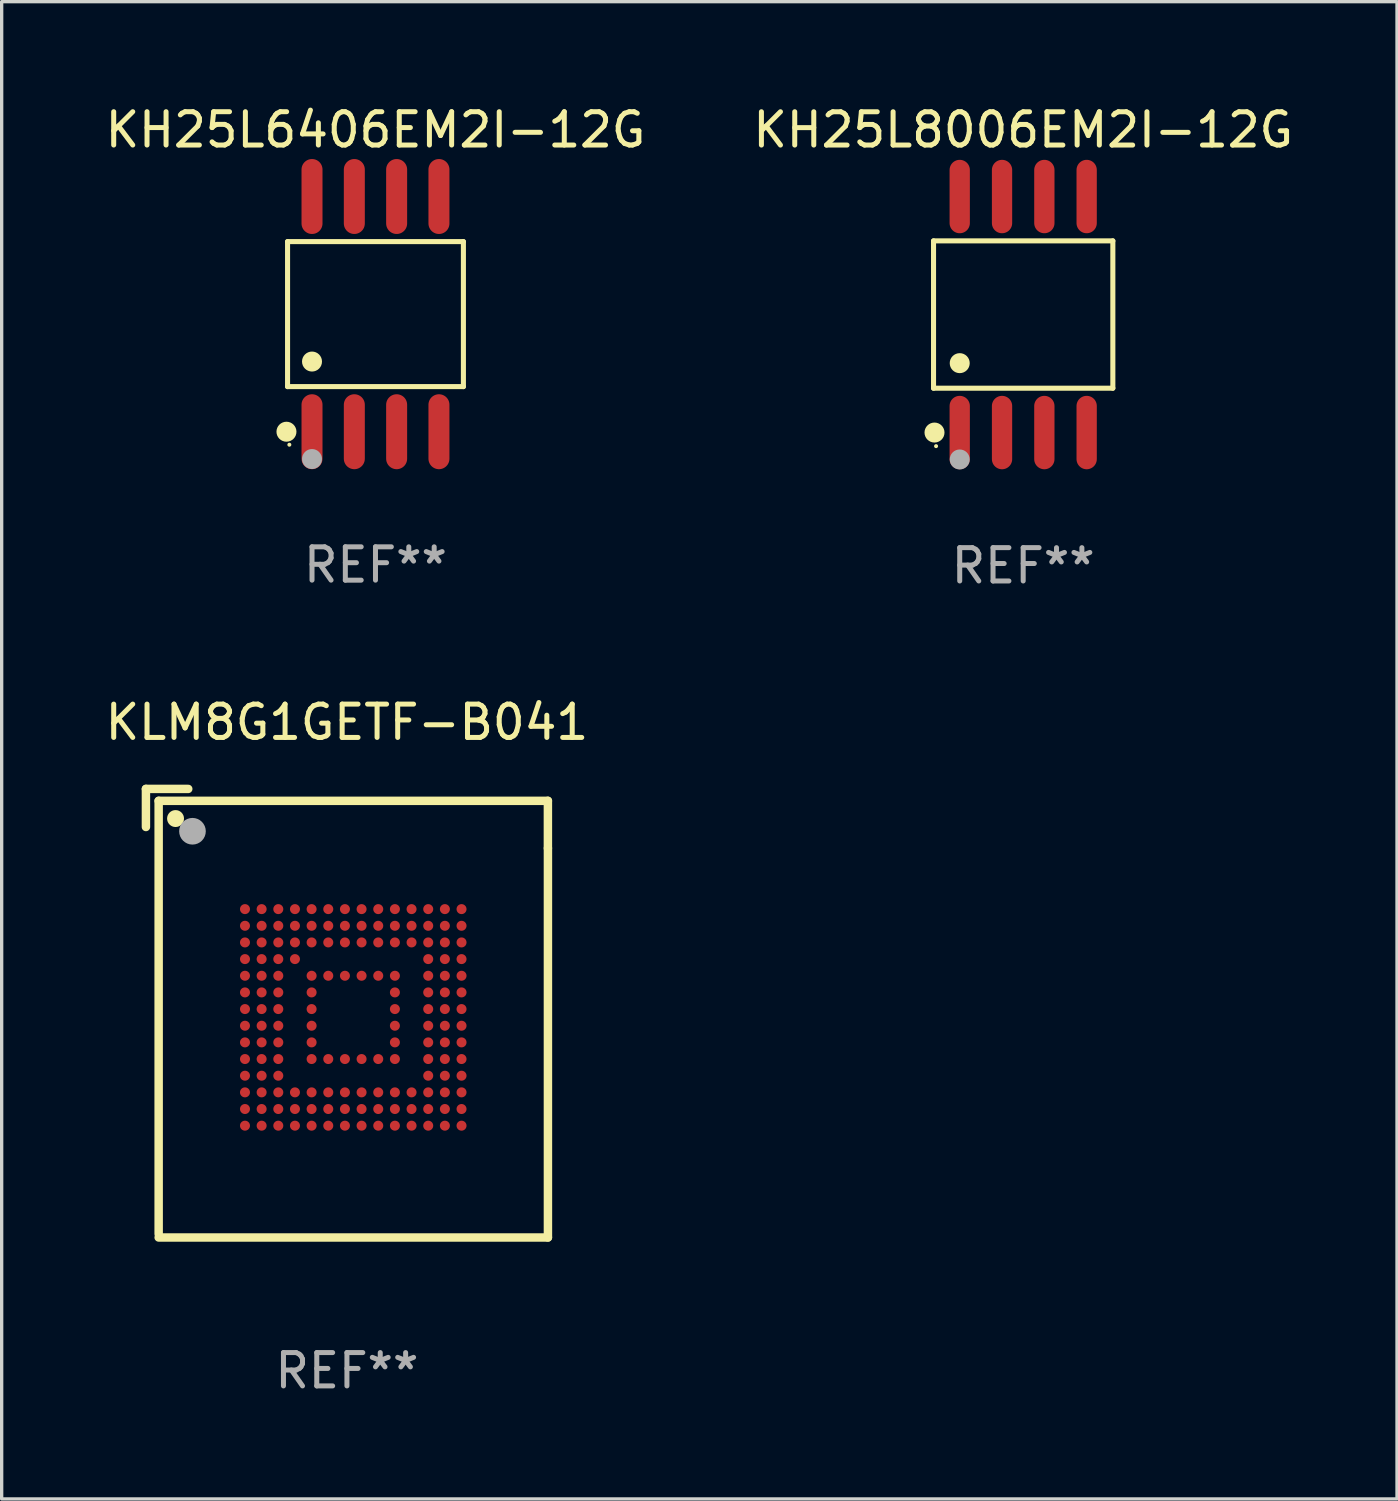
<source format=kicad_pcb>
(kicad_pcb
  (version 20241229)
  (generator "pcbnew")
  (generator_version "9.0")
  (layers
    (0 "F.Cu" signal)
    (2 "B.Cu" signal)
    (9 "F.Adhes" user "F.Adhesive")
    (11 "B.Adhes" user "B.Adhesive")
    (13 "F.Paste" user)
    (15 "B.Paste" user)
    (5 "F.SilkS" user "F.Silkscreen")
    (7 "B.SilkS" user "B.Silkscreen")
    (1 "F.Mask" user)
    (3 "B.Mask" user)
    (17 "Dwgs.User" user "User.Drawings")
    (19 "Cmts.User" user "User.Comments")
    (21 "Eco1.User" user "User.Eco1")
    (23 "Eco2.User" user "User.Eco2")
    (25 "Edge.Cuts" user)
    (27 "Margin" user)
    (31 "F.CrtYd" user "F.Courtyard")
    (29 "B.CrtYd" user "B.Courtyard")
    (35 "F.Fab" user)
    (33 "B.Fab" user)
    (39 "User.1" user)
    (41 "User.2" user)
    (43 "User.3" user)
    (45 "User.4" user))
  (footprint "KH25L8006EM2I-12G"
    (layer "F.Cu")
    (at 27.661 6.391)
    (property "Reference" "KH25L8006EM2I-12G" (at 0 -5.542 0) (layer "F.SilkS") (effects (font (size 1 1) (thickness 0.15))))
    (attr through_hole)
    (fp_line (start -2.691 -2.211) (end 2.691 -2.211) (stroke (width 0.152) (type solid)) (layer "F.SilkS"))
    (fp_line (start -2.691 2.211) (end -2.691 -2.211) (stroke (width 0.152) (type solid)) (layer "F.SilkS"))
    (fp_line (start 2.691 -2.211) (end 2.691 2.211) (stroke (width 0.152) (type solid)) (layer "F.SilkS"))
    (fp_line (start 2.691 2.211) (end -2.691 2.211) (stroke (width 0.152) (type solid)) (layer "F.SilkS"))
    (fp_circle (center -2.662 3.542) (end -2.512 3.542) (stroke (width 0.3) (type solid)) (fill no) (layer "F.SilkS"))
    (fp_circle (center -2.615 3.95) (end -2.585 3.95) (stroke (width 0.06) (type solid)) (fill no) (layer "F.SilkS"))
    (fp_circle (center -1.905 1.459) (end -1.755 1.459) (stroke (width 0.3) (type solid)) (fill no) (layer "F.SilkS"))
    (fp_circle (center -1.905 4.35) (end -1.755 4.35) (stroke (width 0.3) (type solid)) (fill no) (layer "F.Fab"))
    (fp_text user "REF**" (at 0 7.542 0) (layer "F.Fab") (effects (font (size 1 1) (thickness 0.15))))
    (pad "1" smd oval (at -1.905 3.542) (size 0.609 2.204) (layers "F.Cu" "F.Mask" "F.Paste"))
    (pad "2" smd oval (at -0.635 3.542) (size 0.609 2.204) (layers "F.Cu" "F.Mask" "F.Paste"))
    (pad "3" smd oval (at 0.635 3.542) (size 0.609 2.204) (layers "F.Cu" "F.Mask" "F.Paste"))
    (pad "4" smd oval (at 1.905 3.542) (size 0.609 2.204) (layers "F.Cu" "F.Mask" "F.Paste"))
    (pad "5" smd oval (at 1.905 -3.542) (size 0.609 2.204) (layers "F.Cu" "F.Mask" "F.Paste"))
    (pad "6" smd oval (at 0.635 -3.542) (size 0.609 2.204) (layers "F.Cu" "F.Mask" "F.Paste"))
    (pad "7" smd oval (at -0.635 -3.542) (size 0.609 2.204) (layers "F.Cu" "F.Mask" "F.Paste"))
    (pad "8" smd oval (at -1.905 -3.542) (size 0.609 2.204) (layers "F.Cu" "F.Mask" "F.Paste")))
  (footprint "KLM8G1GETF-B041"
    (layer "F.Cu")
    (at 7.363 27.361)
    (property "Reference" "KLM8G1GETF-B041" (at 0 -8.732 0) (layer "F.SilkS") (effects (font (size 1 1) (thickness 0.15))))
    (attr through_hole)
    (fp_line (start -6.033 -6.732) (end -6.033 -5.589) (stroke (width 0.254) (type solid)) (layer "F.SilkS"))
    (fp_line (start -5.651 -6.374) (end 6.032 -6.374) (stroke (width 0.254) (type solid)) (layer "F.SilkS"))
    (fp_line (start -5.651 6.626) (end -5.651 -6.374) (stroke (width 0.254) (type solid)) (layer "F.SilkS"))
    (fp_line (start -5.651 6.732) (end 6.033 6.732) (stroke (width 0.254) (type solid)) (layer "F.SilkS"))
    (fp_line (start -4.763 -6.732) (end -6.033 -6.732) (stroke (width 0.254) (type solid)) (layer "F.SilkS"))
    (fp_line (start 6.032 -6.374) (end 6.032 -4.952) (stroke (width 0.254) (type solid)) (layer "F.SilkS"))
    (fp_line (start 6.033 6.732) (end 6.033 -4.952) (stroke (width 0.254) (type solid)) (layer "F.SilkS"))
    (fp_circle (center -5.56 -6.374) (end -5.53 -6.374) (stroke (width 0.06) (type solid)) (fill no) (layer "F.SilkS"))
    (fp_circle (center -5.144 -5.842) (end -5.017 -5.842) (stroke (width 0.254) (type solid)) (fill no) (layer "F.SilkS"))
    (fp_circle (center -4.636 -5.461) (end -4.436 -5.461) (stroke (width 0.4) (type solid)) (fill no) (layer "F.Fab"))
    (fp_text user "REF**" (at 0 10.732 0) (layer "F.Fab") (effects (font (size 1 1) (thickness 0.15))))
    (pad "A1" smd circle (at -3.06 -3.124) (size 0.3 0.3) (layers "F.Cu" "F.Mask" "F.Paste"))
    (pad "A2" smd circle (at -2.56 -3.124) (size 0.3 0.3) (layers "F.Cu" "F.Mask" "F.Paste"))
    (pad "A3" smd circle (at -2.06 -3.124) (size 0.3 0.3) (layers "F.Cu" "F.Mask" "F.Paste"))
    (pad "A4" smd circle (at -1.56 -3.124) (size 0.3 0.3) (layers "F.Cu" "F.Mask" "F.Paste"))
    (pad "A5" smd circle (at -1.06 -3.124) (size 0.3 0.3) (layers "F.Cu" "F.Mask" "F.Paste"))
    (pad "A6" smd circle (at -0.56 -3.124) (size 0.3 0.3) (layers "F.Cu" "F.Mask" "F.Paste"))
    (pad "A7" smd circle (at -0.06 -3.124) (size 0.3 0.3) (layers "F.Cu" "F.Mask" "F.Paste"))
    (pad "A8" smd circle (at 0.44 -3.124) (size 0.3 0.3) (layers "F.Cu" "F.Mask" "F.Paste"))
    (pad "A9" smd circle (at 0.94 -3.124) (size 0.3 0.3) (layers "F.Cu" "F.Mask" "F.Paste"))
    (pad "A10" smd circle (at 1.44 -3.124) (size 0.3 0.3) (layers "F.Cu" "F.Mask" "F.Paste"))
    (pad "A11" smd circle (at 1.94 -3.124) (size 0.3 0.3) (layers "F.Cu" "F.Mask" "F.Paste"))
    (pad "A12" smd circle (at 2.44 -3.124) (size 0.3 0.3) (layers "F.Cu" "F.Mask" "F.Paste"))
    (pad "A13" smd circle (at 2.94 -3.124) (size 0.3 0.3) (layers "F.Cu" "F.Mask" "F.Paste"))
    (pad "A14" smd circle (at 3.44 -3.124) (size 0.3 0.3) (layers "F.Cu" "F.Mask" "F.Paste"))
    (pad "B1" smd circle (at -3.06 -2.624) (size 0.3 0.3) (layers "F.Cu" "F.Mask" "F.Paste"))
    (pad "B2" smd circle (at -2.56 -2.624) (size 0.3 0.3) (layers "F.Cu" "F.Mask" "F.Paste"))
    (pad "B3" smd circle (at -2.06 -2.624) (size 0.3 0.3) (layers "F.Cu" "F.Mask" "F.Paste"))
    (pad "B4" smd circle (at -1.56 -2.624) (size 0.3 0.3) (layers "F.Cu" "F.Mask" "F.Paste"))
    (pad "B5" smd circle (at -1.06 -2.624) (size 0.3 0.3) (layers "F.Cu" "F.Mask" "F.Paste"))
    (pad "B6" smd circle (at -0.56 -2.624) (size 0.3 0.3) (layers "F.Cu" "F.Mask" "F.Paste"))
    (pad "B7" smd circle (at -0.06 -2.624) (size 0.3 0.3) (layers "F.Cu" "F.Mask" "F.Paste"))
    (pad "B8" smd circle (at 0.44 -2.624) (size 0.3 0.3) (layers "F.Cu" "F.Mask" "F.Paste"))
    (pad "B9" smd circle (at 0.94 -2.624) (size 0.3 0.3) (layers "F.Cu" "F.Mask" "F.Paste"))
    (pad "B10" smd circle (at 1.44 -2.624) (size 0.3 0.3) (layers "F.Cu" "F.Mask" "F.Paste"))
    (pad "B11" smd circle (at 1.94 -2.624) (size 0.3 0.3) (layers "F.Cu" "F.Mask" "F.Paste"))
    (pad "B12" smd circle (at 2.44 -2.624) (size 0.3 0.3) (layers "F.Cu" "F.Mask" "F.Paste"))
    (pad "B13" smd circle (at 2.94 -2.624) (size 0.3 0.3) (layers "F.Cu" "F.Mask" "F.Paste"))
    (pad "B14" smd circle (at 3.44 -2.624) (size 0.3 0.3) (layers "F.Cu" "F.Mask" "F.Paste"))
    (pad "C1" smd circle (at -3.06 -2.124) (size 0.3 0.3) (layers "F.Cu" "F.Mask" "F.Paste"))
    (pad "C2" smd circle (at -2.56 -2.124) (size 0.3 0.3) (layers "F.Cu" "F.Mask" "F.Paste"))
    (pad "C3" smd circle (at -2.06 -2.124) (size 0.3 0.3) (layers "F.Cu" "F.Mask" "F.Paste"))
    (pad "C4" smd circle (at -1.56 -2.124) (size 0.3 0.3) (layers "F.Cu" "F.Mask" "F.Paste"))
    (pad "C5" smd circle (at -1.06 -2.124) (size 0.3 0.3) (layers "F.Cu" "F.Mask" "F.Paste"))
    (pad "C6" smd circle (at -0.56 -2.124) (size 0.3 0.3) (layers "F.Cu" "F.Mask" "F.Paste"))
    (pad "C7" smd circle (at -0.06 -2.124) (size 0.3 0.3) (layers "F.Cu" "F.Mask" "F.Paste"))
    (pad "C8" smd circle (at 0.44 -2.124) (size 0.3 0.3) (layers "F.Cu" "F.Mask" "F.Paste"))
    (pad "C9" smd circle (at 0.94 -2.124) (size 0.3 0.3) (layers "F.Cu" "F.Mask" "F.Paste"))
    (pad "C10" smd circle (at 1.44 -2.124) (size 0.3 0.3) (layers "F.Cu" "F.Mask" "F.Paste"))
    (pad "C11" smd circle (at 1.94 -2.124) (size 0.3 0.3) (layers "F.Cu" "F.Mask" "F.Paste"))
    (pad "C12" smd circle (at 2.44 -2.124) (size 0.3 0.3) (layers "F.Cu" "F.Mask" "F.Paste"))
    (pad "C13" smd circle (at 2.94 -2.124) (size 0.3 0.3) (layers "F.Cu" "F.Mask" "F.Paste"))
    (pad "C14" smd circle (at 3.44 -2.124) (size 0.3 0.3) (layers "F.Cu" "F.Mask" "F.Paste"))
    (pad "D1" smd circle (at -3.06 -1.624) (size 0.3 0.3) (layers "F.Cu" "F.Mask" "F.Paste"))
    (pad "D2" smd circle (at -2.56 -1.624) (size 0.3 0.3) (layers "F.Cu" "F.Mask" "F.Paste"))
    (pad "D3" smd circle (at -2.06 -1.624) (size 0.3 0.3) (layers "F.Cu" "F.Mask" "F.Paste"))
    (pad "D4" smd circle (at -1.56 -1.624) (size 0.3 0.3) (layers "F.Cu" "F.Mask" "F.Paste"))
    (pad "D12" smd circle (at 2.44 -1.624) (size 0.3 0.3) (layers "F.Cu" "F.Mask" "F.Paste"))
    (pad "D13" smd circle (at 2.94 -1.624) (size 0.3 0.3) (layers "F.Cu" "F.Mask" "F.Paste"))
    (pad "D14" smd circle (at 3.44 -1.624) (size 0.3 0.3) (layers "F.Cu" "F.Mask" "F.Paste"))
    (pad "E1" smd circle (at -3.06 -1.124) (size 0.3 0.3) (layers "F.Cu" "F.Mask" "F.Paste"))
    (pad "E2" smd circle (at -2.56 -1.124) (size 0.3 0.3) (layers "F.Cu" "F.Mask" "F.Paste"))
    (pad "E3" smd circle (at -2.06 -1.124) (size 0.3 0.3) (layers "F.Cu" "F.Mask" "F.Paste"))
    (pad "E5" smd circle (at -1.06 -1.124) (size 0.3 0.3) (layers "F.Cu" "F.Mask" "F.Paste"))
    (pad "E6" smd circle (at -0.56 -1.124) (size 0.3 0.3) (layers "F.Cu" "F.Mask" "F.Paste"))
    (pad "E7" smd circle (at -0.06 -1.124) (size 0.3 0.3) (layers "F.Cu" "F.Mask" "F.Paste"))
    (pad "E8" smd circle (at 0.44 -1.124) (size 0.3 0.3) (layers "F.Cu" "F.Mask" "F.Paste"))
    (pad "E9" smd circle (at 0.94 -1.124) (size 0.3 0.3) (layers "F.Cu" "F.Mask" "F.Paste"))
    (pad "E10" smd circle (at 1.44 -1.124) (size 0.3 0.3) (layers "F.Cu" "F.Mask" "F.Paste"))
    (pad "E12" smd circle (at 2.44 -1.124) (size 0.3 0.3) (layers "F.Cu" "F.Mask" "F.Paste"))
    (pad "E13" smd circle (at 2.94 -1.124) (size 0.3 0.3) (layers "F.Cu" "F.Mask" "F.Paste"))
    (pad "E14" smd circle (at 3.44 -1.124) (size 0.3 0.3) (layers "F.Cu" "F.Mask" "F.Paste"))
    (pad "F1" smd circle (at -3.06 -0.624) (size 0.3 0.3) (layers "F.Cu" "F.Mask" "F.Paste"))
    (pad "F2" smd circle (at -2.56 -0.624) (size 0.3 0.3) (layers "F.Cu" "F.Mask" "F.Paste"))
    (pad "F3" smd circle (at -2.06 -0.624) (size 0.3 0.3) (layers "F.Cu" "F.Mask" "F.Paste"))
    (pad "F5" smd circle (at -1.06 -0.624) (size 0.3 0.3) (layers "F.Cu" "F.Mask" "F.Paste"))
    (pad "F10" smd circle (at 1.44 -0.624) (size 0.3 0.3) (layers "F.Cu" "F.Mask" "F.Paste"))
    (pad "F12" smd circle (at 2.44 -0.624) (size 0.3 0.3) (layers "F.Cu" "F.Mask" "F.Paste"))
    (pad "F13" smd circle (at 2.94 -0.624) (size 0.3 0.3) (layers "F.Cu" "F.Mask" "F.Paste"))
    (pad "F14" smd circle (at 3.44 -0.624) (size 0.3 0.3) (layers "F.Cu" "F.Mask" "F.Paste"))
    (pad "G1" smd circle (at -3.06 -0.124) (size 0.3 0.3) (layers "F.Cu" "F.Mask" "F.Paste"))
    (pad "G2" smd circle (at -2.56 -0.124) (size 0.3 0.3) (layers "F.Cu" "F.Mask" "F.Paste"))
    (pad "G3" smd circle (at -2.06 -0.124) (size 0.3 0.3) (layers "F.Cu" "F.Mask" "F.Paste"))
    (pad "G5" smd circle (at -1.06 -0.124) (size 0.3 0.3) (layers "F.Cu" "F.Mask" "F.Paste"))
    (pad "G10" smd circle (at 1.44 -0.124) (size 0.3 0.3) (layers "F.Cu" "F.Mask" "F.Paste"))
    (pad "G12" smd circle (at 2.44 -0.124) (size 0.3 0.3) (layers "F.Cu" "F.Mask" "F.Paste"))
    (pad "G13" smd circle (at 2.94 -0.124) (size 0.3 0.3) (layers "F.Cu" "F.Mask" "F.Paste"))
    (pad "G14" smd circle (at 3.44 -0.124) (size 0.3 0.3) (layers "F.Cu" "F.Mask" "F.Paste"))
    (pad "H1" smd circle (at -3.06 0.376) (size 0.3 0.3) (layers "F.Cu" "F.Mask" "F.Paste"))
    (pad "H2" smd circle (at -2.56 0.376) (size 0.3 0.3) (layers "F.Cu" "F.Mask" "F.Paste"))
    (pad "H3" smd circle (at -2.06 0.376) (size 0.3 0.3) (layers "F.Cu" "F.Mask" "F.Paste"))
    (pad "H5" smd circle (at -1.06 0.376) (size 0.3 0.3) (layers "F.Cu" "F.Mask" "F.Paste"))
    (pad "H10" smd circle (at 1.44 0.376) (size 0.3 0.3) (layers "F.Cu" "F.Mask" "F.Paste"))
    (pad "H12" smd circle (at 2.44 0.376) (size 0.3 0.3) (layers "F.Cu" "F.Mask" "F.Paste"))
    (pad "H13" smd circle (at 2.94 0.376) (size 0.3 0.3) (layers "F.Cu" "F.Mask" "F.Paste"))
    (pad "H14" smd circle (at 3.44 0.376) (size 0.3 0.3) (layers "F.Cu" "F.Mask" "F.Paste"))
    (pad "J1" smd circle (at -3.06 0.876) (size 0.3 0.3) (layers "F.Cu" "F.Mask" "F.Paste"))
    (pad "J2" smd circle (at -2.56 0.876) (size 0.3 0.3) (layers "F.Cu" "F.Mask" "F.Paste"))
    (pad "J3" smd circle (at -2.06 0.876) (size 0.3 0.3) (layers "F.Cu" "F.Mask" "F.Paste"))
    (pad "J5" smd circle (at -1.06 0.876) (size 0.3 0.3) (layers "F.Cu" "F.Mask" "F.Paste"))
    (pad "J10" smd circle (at 1.44 0.876) (size 0.3 0.3) (layers "F.Cu" "F.Mask" "F.Paste"))
    (pad "J12" smd circle (at 2.44 0.876) (size 0.3 0.3) (layers "F.Cu" "F.Mask" "F.Paste"))
    (pad "J13" smd circle (at 2.94 0.876) (size 0.3 0.3) (layers "F.Cu" "F.Mask" "F.Paste"))
    (pad "J14" smd circle (at 3.44 0.876) (size 0.3 0.3) (layers "F.Cu" "F.Mask" "F.Paste"))
    (pad "K1" smd circle (at -3.06 1.376) (size 0.3 0.3) (layers "F.Cu" "F.Mask" "F.Paste"))
    (pad "K2" smd circle (at -2.56 1.376) (size 0.3 0.3) (layers "F.Cu" "F.Mask" "F.Paste"))
    (pad "K3" smd circle (at -2.06 1.376) (size 0.3 0.3) (layers "F.Cu" "F.Mask" "F.Paste"))
    (pad "K5" smd circle (at -1.06 1.376) (size 0.3 0.3) (layers "F.Cu" "F.Mask" "F.Paste"))
    (pad "K6" smd circle (at -0.56 1.376) (size 0.3 0.3) (layers "F.Cu" "F.Mask" "F.Paste"))
    (pad "K7" smd circle (at -0.06 1.376) (size 0.3 0.3) (layers "F.Cu" "F.Mask" "F.Paste"))
    (pad "K8" smd circle (at 0.44 1.376) (size 0.3 0.3) (layers "F.Cu" "F.Mask" "F.Paste"))
    (pad "K9" smd circle (at 0.94 1.376) (size 0.3 0.3) (layers "F.Cu" "F.Mask" "F.Paste"))
    (pad "K10" smd circle (at 1.44 1.376) (size 0.3 0.3) (layers "F.Cu" "F.Mask" "F.Paste"))
    (pad "K12" smd circle (at 2.44 1.376) (size 0.3 0.3) (layers "F.Cu" "F.Mask" "F.Paste"))
    (pad "K13" smd circle (at 2.94 1.376) (size 0.3 0.3) (layers "F.Cu" "F.Mask" "F.Paste"))
    (pad "K14" smd circle (at 3.44 1.376) (size 0.3 0.3) (layers "F.Cu" "F.Mask" "F.Paste"))
    (pad "L1" smd circle (at -3.06 1.876) (size 0.3 0.3) (layers "F.Cu" "F.Mask" "F.Paste"))
    (pad "L2" smd circle (at -2.56 1.876) (size 0.3 0.3) (layers "F.Cu" "F.Mask" "F.Paste"))
    (pad "L3" smd circle (at -2.06 1.876) (size 0.3 0.3) (layers "F.Cu" "F.Mask" "F.Paste"))
    (pad "L12" smd circle (at 2.44 1.876) (size 0.3 0.3) (layers "F.Cu" "F.Mask" "F.Paste"))
    (pad "L13" smd circle (at 2.94 1.876) (size 0.3 0.3) (layers "F.Cu" "F.Mask" "F.Paste"))
    (pad "L14" smd circle (at 3.44 1.876) (size 0.3 0.3) (layers "F.Cu" "F.Mask" "F.Paste"))
    (pad "M1" smd circle (at -3.06 2.376) (size 0.3 0.3) (layers "F.Cu" "F.Mask" "F.Paste"))
    (pad "M2" smd circle (at -2.56 2.376) (size 0.3 0.3) (layers "F.Cu" "F.Mask" "F.Paste"))
    (pad "M3" smd circle (at -2.06 2.376) (size 0.3 0.3) (layers "F.Cu" "F.Mask" "F.Paste"))
    (pad "M4" smd circle (at -1.56 2.376) (size 0.3 0.3) (layers "F.Cu" "F.Mask" "F.Paste"))
    (pad "M5" smd circle (at -1.06 2.376) (size 0.3 0.3) (layers "F.Cu" "F.Mask" "F.Paste"))
    (pad "M6" smd circle (at -0.56 2.376) (size 0.3 0.3) (layers "F.Cu" "F.Mask" "F.Paste"))
    (pad "M7" smd circle (at -0.06 2.376) (size 0.3 0.3) (layers "F.Cu" "F.Mask" "F.Paste"))
    (pad "M8" smd circle (at 0.44 2.376) (size 0.3 0.3) (layers "F.Cu" "F.Mask" "F.Paste"))
    (pad "M9" smd circle (at 0.94 2.376) (size 0.3 0.3) (layers "F.Cu" "F.Mask" "F.Paste"))
    (pad "M10" smd circle (at 1.44 2.376) (size 0.3 0.3) (layers "F.Cu" "F.Mask" "F.Paste"))
    (pad "M11" smd circle (at 1.94 2.376) (size 0.3 0.3) (layers "F.Cu" "F.Mask" "F.Paste"))
    (pad "M12" smd circle (at 2.44 2.376) (size 0.3 0.3) (layers "F.Cu" "F.Mask" "F.Paste"))
    (pad "M13" smd circle (at 2.94 2.376) (size 0.3 0.3) (layers "F.Cu" "F.Mask" "F.Paste"))
    (pad "M14" smd circle (at 3.44 2.376) (size 0.3 0.3) (layers "F.Cu" "F.Mask" "F.Paste"))
    (pad "N1" smd circle (at -3.06 2.876) (size 0.3 0.3) (layers "F.Cu" "F.Mask" "F.Paste"))
    (pad "N2" smd circle (at -2.56 2.876) (size 0.3 0.3) (layers "F.Cu" "F.Mask" "F.Paste"))
    (pad "N3" smd circle (at -2.06 2.876) (size 0.3 0.3) (layers "F.Cu" "F.Mask" "F.Paste"))
    (pad "N4" smd circle (at -1.56 2.876) (size 0.3 0.3) (layers "F.Cu" "F.Mask" "F.Paste"))
    (pad "N5" smd circle (at -1.06 2.876) (size 0.3 0.3) (layers "F.Cu" "F.Mask" "F.Paste"))
    (pad "N6" smd circle (at -0.56 2.876) (size 0.3 0.3) (layers "F.Cu" "F.Mask" "F.Paste"))
    (pad "N7" smd circle (at -0.06 2.876) (size 0.3 0.3) (layers "F.Cu" "F.Mask" "F.Paste"))
    (pad "N8" smd circle (at 0.44 2.876) (size 0.3 0.3) (layers "F.Cu" "F.Mask" "F.Paste"))
    (pad "N9" smd circle (at 0.94 2.876) (size 0.3 0.3) (layers "F.Cu" "F.Mask" "F.Paste"))
    (pad "N10" smd circle (at 1.44 2.876) (size 0.3 0.3) (layers "F.Cu" "F.Mask" "F.Paste"))
    (pad "N11" smd circle (at 1.94 2.876) (size 0.3 0.3) (layers "F.Cu" "F.Mask" "F.Paste"))
    (pad "N12" smd circle (at 2.44 2.876) (size 0.3 0.3) (layers "F.Cu" "F.Mask" "F.Paste"))
    (pad "N13" smd circle (at 2.94 2.876) (size 0.3 0.3) (layers "F.Cu" "F.Mask" "F.Paste"))
    (pad "N14" smd circle (at 3.44 2.876) (size 0.3 0.3) (layers "F.Cu" "F.Mask" "F.Paste"))
    (pad "P1" smd circle (at -3.06 3.376) (size 0.3 0.3) (layers "F.Cu" "F.Mask" "F.Paste"))
    (pad "P2" smd circle (at -2.56 3.376) (size 0.3 0.3) (layers "F.Cu" "F.Mask" "F.Paste"))
    (pad "P3" smd circle (at -2.06 3.376) (size 0.3 0.3) (layers "F.Cu" "F.Mask" "F.Paste"))
    (pad "P4" smd circle (at -1.56 3.376) (size 0.3 0.3) (layers "F.Cu" "F.Mask" "F.Paste"))
    (pad "P5" smd circle (at -1.06 3.376) (size 0.3 0.3) (layers "F.Cu" "F.Mask" "F.Paste"))
    (pad "P6" smd circle (at -0.56 3.376) (size 0.3 0.3) (layers "F.Cu" "F.Mask" "F.Paste"))
    (pad "P7" smd circle (at -0.06 3.376) (size 0.3 0.3) (layers "F.Cu" "F.Mask" "F.Paste"))
    (pad "P8" smd circle (at 0.44 3.376) (size 0.3 0.3) (layers "F.Cu" "F.Mask" "F.Paste"))
    (pad "P9" smd circle (at 0.94 3.376) (size 0.3 0.3) (layers "F.Cu" "F.Mask" "F.Paste"))
    (pad "P10" smd circle (at 1.44 3.376) (size 0.3 0.3) (layers "F.Cu" "F.Mask" "F.Paste"))
    (pad "P11" smd circle (at 1.94 3.376) (size 0.3 0.3) (layers "F.Cu" "F.Mask" "F.Paste"))
    (pad "P12" smd circle (at 2.44 3.376) (size 0.3 0.3) (layers "F.Cu" "F.Mask" "F.Paste"))
    (pad "P13" smd circle (at 2.94 3.376) (size 0.3 0.3) (layers "F.Cu" "F.Mask" "F.Paste"))
    (pad "P14" smd circle (at 3.44 3.376) (size 0.3 0.3) (layers "F.Cu" "F.Mask" "F.Paste")))
  (footprint "KH25L6406EM2I-12G"
    (layer "F.Cu")
    (at 8.22 6.378)
    (property "Reference" "KH25L6406EM2I-12G" (at 0 -5.53 0) (layer "F.SilkS") (effects (font (size 1 1) (thickness 0.15))))
    (attr through_hole)
    (fp_line (start -2.639 -2.176) (end 2.639 -2.176) (stroke (width 0.152) (type solid)) (layer "F.SilkS"))
    (fp_line (start -2.639 2.176) (end -2.639 -2.176) (stroke (width 0.152) (type solid)) (layer "F.SilkS"))
    (fp_line (start 2.639 -2.176) (end 2.639 2.176) (stroke (width 0.152) (type solid)) (layer "F.SilkS"))
    (fp_line (start 2.639 2.176) (end -2.639 2.176) (stroke (width 0.152) (type solid)) (layer "F.SilkS"))
    (fp_circle (center -2.672 3.53) (end -2.522 3.53) (stroke (width 0.3) (type solid)) (fill no) (layer "F.SilkS"))
    (fp_circle (center -2.585 3.92) (end -2.555 3.92) (stroke (width 0.06) (type solid)) (fill no) (layer "F.SilkS"))
    (fp_circle (center -1.905 1.424) (end -1.755 1.424) (stroke (width 0.3) (type solid)) (fill no) (layer "F.SilkS"))
    (fp_circle (center -1.905 4.35) (end -1.755 4.35) (stroke (width 0.3) (type solid)) (fill no) (layer "F.Fab"))
    (fp_text user "REF**" (at 0 7.53 0) (layer "F.Fab") (effects (font (size 1 1) (thickness 0.15))))
    (pad "1" smd oval (at -1.905 3.53) (size 0.63 2.25) (layers "F.Cu" "F.Mask" "F.Paste"))
    (pad "2" smd oval (at -0.635 3.53) (size 0.63 2.25) (layers "F.Cu" "F.Mask" "F.Paste"))
    (pad "3" smd oval (at 0.635 3.53) (size 0.63 2.25) (layers "F.Cu" "F.Mask" "F.Paste"))
    (pad "4" smd oval (at 1.905 3.53) (size 0.63 2.25) (layers "F.Cu" "F.Mask" "F.Paste"))
    (pad "5" smd oval (at 1.905 -3.53) (size 0.63 2.25) (layers "F.Cu" "F.Mask" "F.Paste"))
    (pad "6" smd oval (at 0.635 -3.53) (size 0.63 2.25) (layers "F.Cu" "F.Mask" "F.Paste"))
    (pad "7" smd oval (at -0.635 -3.53) (size 0.63 2.25) (layers "F.Cu" "F.Mask" "F.Paste"))
    (pad "8" smd oval (at -1.905 -3.53) (size 0.63 2.25) (layers "F.Cu" "F.Mask" "F.Paste")))
  (gr_rect
    (start -3 -3)
    (end 38.881 41.941)
    (stroke (width 0.1) (type default))
    (fill no)
    (layer "Edge.Cuts")))
</source>
